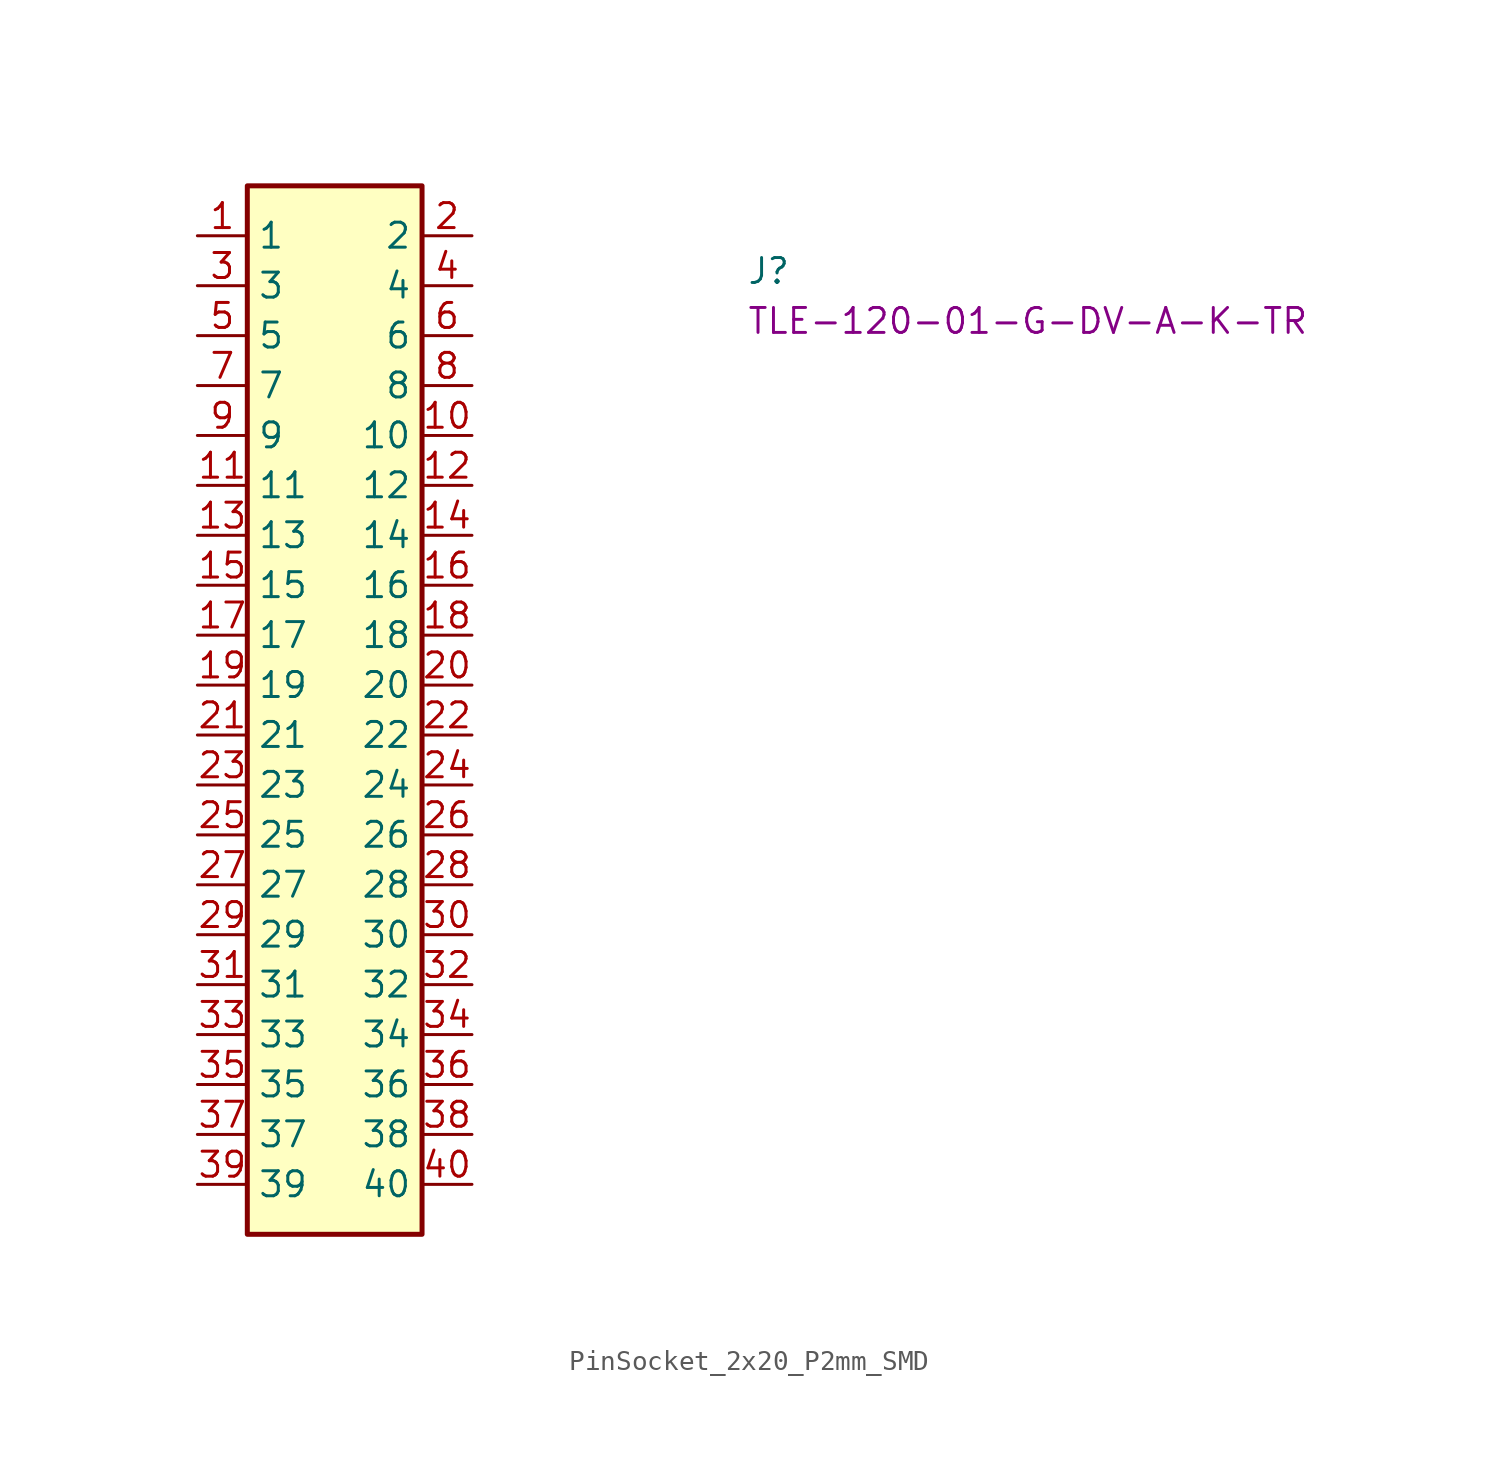
<source format=kicad_sym>
(kicad_symbol_lib
  (version 20220914)
  (generator kicad_symbol_editor)
  (symbol "PinSocket_2x20_P2mm_SMD"
    (property "Reference" "J"
      (at 27.94 -2.54 0)
      (effects (font (size 1.27 1.27) (thickness 0.15)) (justify left bottom)))
    (property "MPN" "TLE-120-01-G-DV-A-K-TR"
      (at 27.94 -5.08 0)
      (effects (font (size 1.27 1.27) (thickness 0.15)) (justify left bottom)))
    (symbol "PinSocket_2x20_P2mm_SMD_1_1"
      (rectangle (start 2.54 2.54) (end 11.43 -50.8) (stroke (width 0.254) (type default)) (fill (type background)))
      (pin passive line (at 0 0 0) (length 2.54) (name "1" (effects (font (size 1.27 1.27)))) (number "1" (effects (font (size 1.27 1.27)))))
      (pin passive line (at 13.97 -10.16 180) (length 2.54) (name "10" (effects (font (size 1.27 1.27)))) (number "10" (effects (font (size 1.27 1.27)))))
      (pin passive line (at 0 -12.7 0) (length 2.54) (name "11" (effects (font (size 1.27 1.27)))) (number "11" (effects (font (size 1.27 1.27)))))
      (pin passive line (at 13.97 -12.7 180) (length 2.54) (name "12" (effects (font (size 1.27 1.27)))) (number "12" (effects (font (size 1.27 1.27)))))
      (pin passive line (at 0 -15.24 0) (length 2.54) (name "13" (effects (font (size 1.27 1.27)))) (number "13" (effects (font (size 1.27 1.27)))))
      (pin passive line (at 13.97 -15.24 180) (length 2.54) (name "14" (effects (font (size 1.27 1.27)))) (number "14" (effects (font (size 1.27 1.27)))))
      (pin passive line (at 0 -17.78 0) (length 2.54) (name "15" (effects (font (size 1.27 1.27)))) (number "15" (effects (font (size 1.27 1.27)))))
      (pin passive line (at 13.97 -17.78 180) (length 2.54) (name "16" (effects (font (size 1.27 1.27)))) (number "16" (effects (font (size 1.27 1.27)))))
      (pin passive line (at 0 -20.32 0) (length 2.54) (name "17" (effects (font (size 1.27 1.27)))) (number "17" (effects (font (size 1.27 1.27)))))
      (pin passive line (at 13.97 -20.32 180) (length 2.54) (name "18" (effects (font (size 1.27 1.27)))) (number "18" (effects (font (size 1.27 1.27)))))
      (pin passive line (at 0 -22.86 0) (length 2.54) (name "19" (effects (font (size 1.27 1.27)))) (number "19" (effects (font (size 1.27 1.27)))))
      (pin passive line (at 13.97 0 180) (length 2.54) (name "2" (effects (font (size 1.27 1.27)))) (number "2" (effects (font (size 1.27 1.27)))))
      (pin passive line (at 13.97 -22.86 180) (length 2.54) (name "20" (effects (font (size 1.27 1.27)))) (number "20" (effects (font (size 1.27 1.27)))))
      (pin passive line (at 0 -25.4 0) (length 2.54) (name "21" (effects (font (size 1.27 1.27)))) (number "21" (effects (font (size 1.27 1.27)))))
      (pin passive line (at 13.97 -25.4 180) (length 2.54) (name "22" (effects (font (size 1.27 1.27)))) (number "22" (effects (font (size 1.27 1.27)))))
      (pin passive line (at 0 -27.94 0) (length 2.54) (name "23" (effects (font (size 1.27 1.27)))) (number "23" (effects (font (size 1.27 1.27)))))
      (pin passive line (at 13.97 -27.94 180) (length 2.54) (name "24" (effects (font (size 1.27 1.27)))) (number "24" (effects (font (size 1.27 1.27)))))
      (pin passive line (at 0 -30.48 0) (length 2.54) (name "25" (effects (font (size 1.27 1.27)))) (number "25" (effects (font (size 1.27 1.27)))))
      (pin passive line (at 13.97 -30.48 180) (length 2.54) (name "26" (effects (font (size 1.27 1.27)))) (number "26" (effects (font (size 1.27 1.27)))))
      (pin passive line (at 0 -33.02 0) (length 2.54) (name "27" (effects (font (size 1.27 1.27)))) (number "27" (effects (font (size 1.27 1.27)))))
      (pin passive line (at 13.97 -33.02 180) (length 2.54) (name "28" (effects (font (size 1.27 1.27)))) (number "28" (effects (font (size 1.27 1.27)))))
      (pin passive line (at 0 -35.56 0) (length 2.54) (name "29" (effects (font (size 1.27 1.27)))) (number "29" (effects (font (size 1.27 1.27)))))
      (pin passive line (at 0 -2.54 0) (length 2.54) (name "3" (effects (font (size 1.27 1.27)))) (number "3" (effects (font (size 1.27 1.27)))))
      (pin passive line (at 13.97 -35.56 180) (length 2.54) (name "30" (effects (font (size 1.27 1.27)))) (number "30" (effects (font (size 1.27 1.27)))))
      (pin passive line (at 0 -38.1 0) (length 2.54) (name "31" (effects (font (size 1.27 1.27)))) (number "31" (effects (font (size 1.27 1.27)))))
      (pin passive line (at 13.97 -38.1 180) (length 2.54) (name "32" (effects (font (size 1.27 1.27)))) (number "32" (effects (font (size 1.27 1.27)))))
      (pin passive line (at 0 -40.64 0) (length 2.54) (name "33" (effects (font (size 1.27 1.27)))) (number "33" (effects (font (size 1.27 1.27)))))
      (pin passive line (at 13.97 -40.64 180) (length 2.54) (name "34" (effects (font (size 1.27 1.27)))) (number "34" (effects (font (size 1.27 1.27)))))
      (pin passive line (at 0 -43.18 0) (length 2.54) (name "35" (effects (font (size 1.27 1.27)))) (number "35" (effects (font (size 1.27 1.27)))))
      (pin passive line (at 13.97 -43.18 180) (length 2.54) (name "36" (effects (font (size 1.27 1.27)))) (number "36" (effects (font (size 1.27 1.27)))))
      (pin passive line (at 0 -45.72 0) (length 2.54) (name "37" (effects (font (size 1.27 1.27)))) (number "37" (effects (font (size 1.27 1.27)))))
      (pin passive line (at 13.97 -45.72 180) (length 2.54) (name "38" (effects (font (size 1.27 1.27)))) (number "38" (effects (font (size 1.27 1.27)))))
      (pin passive line (at 0 -48.26 0) (length 2.54) (name "39" (effects (font (size 1.27 1.27)))) (number "39" (effects (font (size 1.27 1.27)))))
      (pin passive line (at 13.97 -2.54 180) (length 2.54) (name "4" (effects (font (size 1.27 1.27)))) (number "4" (effects (font (size 1.27 1.27)))))
      (pin passive line (at 13.97 -48.26 180) (length 2.54) (name "40" (effects (font (size 1.27 1.27)))) (number "40" (effects (font (size 1.27 1.27)))))
      (pin passive line (at 0 -5.08 0) (length 2.54) (name "5" (effects (font (size 1.27 1.27)))) (number "5" (effects (font (size 1.27 1.27)))))
      (pin passive line (at 13.97 -5.08 180) (length 2.54) (name "6" (effects (font (size 1.27 1.27)))) (number "6" (effects (font (size 1.27 1.27)))))
      (pin passive line (at 0 -7.62 0) (length 2.54) (name "7" (effects (font (size 1.27 1.27)))) (number "7" (effects (font (size 1.27 1.27)))))
      (pin passive line (at 13.97 -7.62 180) (length 2.54) (name "8" (effects (font (size 1.27 1.27)))) (number "8" (effects (font (size 1.27 1.27)))))
      (pin passive line (at 0 -10.16 0) (length 2.54) (name "9" (effects (font (size 1.27 1.27)))) (number "9" (effects (font (size 1.27 1.27))))))))
</source>
